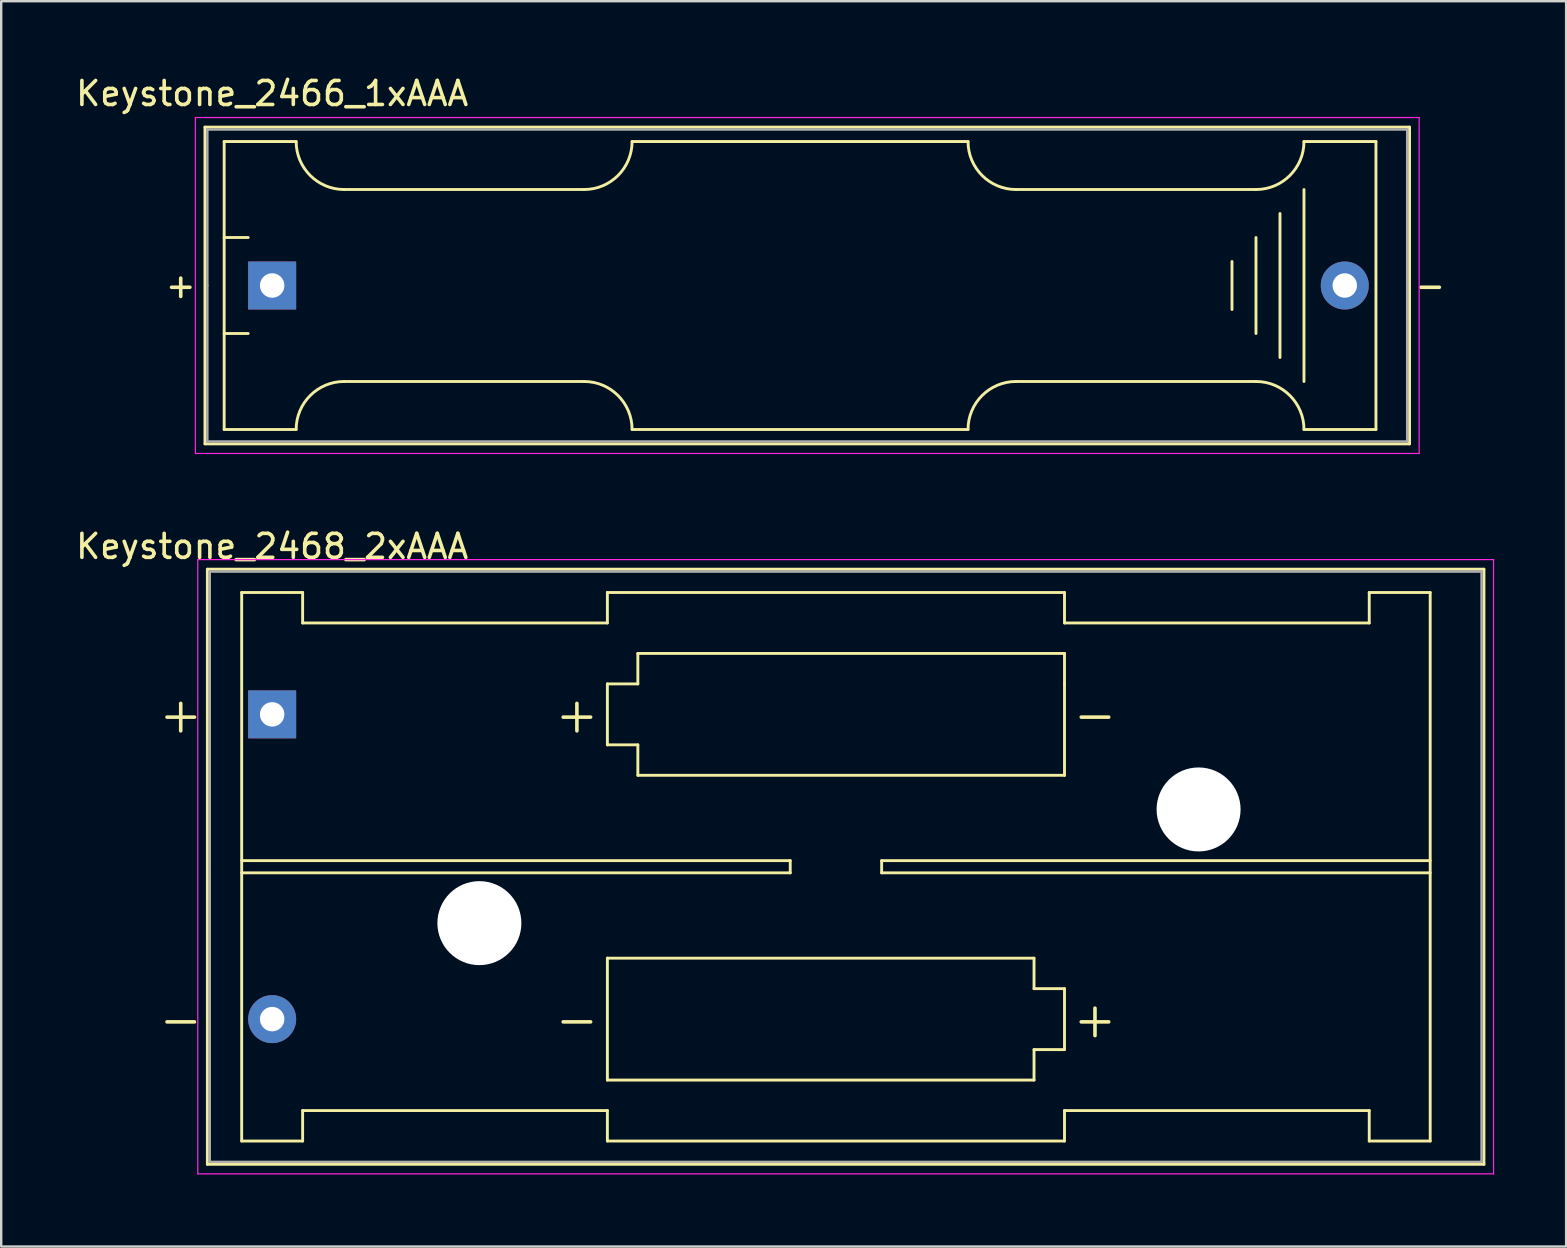
<source format=kicad_pcb>
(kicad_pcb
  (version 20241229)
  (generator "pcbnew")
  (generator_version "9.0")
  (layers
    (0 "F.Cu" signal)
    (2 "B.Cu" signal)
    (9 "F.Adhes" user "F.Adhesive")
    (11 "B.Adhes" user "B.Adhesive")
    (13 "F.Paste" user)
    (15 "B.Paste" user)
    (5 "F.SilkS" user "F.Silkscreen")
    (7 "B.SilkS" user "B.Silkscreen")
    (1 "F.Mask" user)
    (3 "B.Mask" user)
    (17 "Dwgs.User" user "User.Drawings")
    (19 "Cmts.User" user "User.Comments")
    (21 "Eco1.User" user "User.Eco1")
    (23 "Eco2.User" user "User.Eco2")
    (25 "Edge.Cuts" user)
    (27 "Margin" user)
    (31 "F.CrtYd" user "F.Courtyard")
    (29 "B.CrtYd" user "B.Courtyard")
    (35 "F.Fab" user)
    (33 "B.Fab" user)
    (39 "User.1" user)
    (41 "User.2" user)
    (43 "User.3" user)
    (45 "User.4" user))
  (footprint "Keystone_2468_2xAAA"
    (layer "F.Cu")
    (at 8.292 26.721)
    (property "Reference" "Keystone_2468_2xAAA" (at 0 -7 180) (layer "F.SilkS") (effects (font (size 1 1) (thickness 0.15))))
    (attr through_hole)
    (fp_line (start -2.7 -6.05) (end -2.7 18.75) (stroke (width 0.12) (type solid)) (layer "F.SilkS"))
    (fp_line (start -2.7 18.75) (end 50.5 18.75) (stroke (width 0.12) (type solid)) (layer "F.SilkS"))
    (fp_line (start -1.27 -5.08) (end -1.27 17.78) (stroke (width 0.12) (type solid)) (layer "F.SilkS"))
    (fp_line (start -1.27 6.096) (end 21.59 6.096) (stroke (width 0.12) (type solid)) (layer "F.SilkS"))
    (fp_line (start -1.27 17.78) (end 1.27 17.78) (stroke (width 0.12) (type solid)) (layer "F.SilkS"))
    (fp_line (start 1.27 -5.08) (end -1.27 -5.08) (stroke (width 0.12) (type solid)) (layer "F.SilkS"))
    (fp_line (start 1.27 -3.81) (end 1.27 -5.08) (stroke (width 0.12) (type solid)) (layer "F.SilkS"))
    (fp_line (start 1.27 -3.81) (end 13.97 -3.81) (stroke (width 0.12) (type solid)) (layer "F.SilkS"))
    (fp_line (start 1.27 16.51) (end 13.97 16.51) (stroke (width 0.12) (type solid)) (layer "F.SilkS"))
    (fp_line (start 1.27 17.78) (end 1.27 16.51) (stroke (width 0.12) (type solid)) (layer "F.SilkS"))
    (fp_line (start 13.97 -5.08) (end 13.97 -3.81) (stroke (width 0.12) (type solid)) (layer "F.SilkS"))
    (fp_line (start 13.97 -1.27) (end 15.24 -1.27) (stroke (width 0.12) (type solid)) (layer "F.SilkS"))
    (fp_line (start 13.97 1.27) (end 13.97 -1.27) (stroke (width 0.12) (type solid)) (layer "F.SilkS"))
    (fp_line (start 13.97 10.16) (end 31.75 10.16) (stroke (width 0.12) (type solid)) (layer "F.SilkS"))
    (fp_line (start 13.97 15.24) (end 13.97 10.16) (stroke (width 0.12) (type solid)) (layer "F.SilkS"))
    (fp_line (start 13.97 16.51) (end 13.97 17.78) (stroke (width 0.12) (type solid)) (layer "F.SilkS"))
    (fp_line (start 13.97 17.78) (end 33.02 17.78) (stroke (width 0.12) (type solid)) (layer "F.SilkS"))
    (fp_line (start 15.24 -2.54) (end 33.02 -2.54) (stroke (width 0.12) (type solid)) (layer "F.SilkS"))
    (fp_line (start 15.24 -1.27) (end 15.24 -2.54) (stroke (width 0.12) (type solid)) (layer "F.SilkS"))
    (fp_line (start 15.24 1.27) (end 13.97 1.27) (stroke (width 0.12) (type solid)) (layer "F.SilkS"))
    (fp_line (start 15.24 2.54) (end 15.24 1.27) (stroke (width 0.12) (type solid)) (layer "F.SilkS"))
    (fp_line (start 21.59 6.096) (end 21.59 6.604) (stroke (width 0.12) (type solid)) (layer "F.SilkS"))
    (fp_line (start 21.59 6.604) (end -1.27 6.604) (stroke (width 0.12) (type solid)) (layer "F.SilkS"))
    (fp_line (start 25.4 6.096) (end 25.4 6.604) (stroke (width 0.12) (type solid)) (layer "F.SilkS"))
    (fp_line (start 25.4 6.604) (end 48.26 6.604) (stroke (width 0.12) (type solid)) (layer "F.SilkS"))
    (fp_line (start 31.75 10.16) (end 31.75 11.43) (stroke (width 0.12) (type solid)) (layer "F.SilkS"))
    (fp_line (start 31.75 11.43) (end 33.02 11.43) (stroke (width 0.12) (type solid)) (layer "F.SilkS"))
    (fp_line (start 31.75 13.97) (end 31.75 15.24) (stroke (width 0.12) (type solid)) (layer "F.SilkS"))
    (fp_line (start 31.75 15.24) (end 13.97 15.24) (stroke (width 0.12) (type solid)) (layer "F.SilkS"))
    (fp_line (start 33.02 -5.08) (end 13.97 -5.08) (stroke (width 0.12) (type solid)) (layer "F.SilkS"))
    (fp_line (start 33.02 -3.81) (end 33.02 -5.08) (stroke (width 0.12) (type solid)) (layer "F.SilkS"))
    (fp_line (start 33.02 -2.54) (end 33.02 -1.27) (stroke (width 0.12) (type solid)) (layer "F.SilkS"))
    (fp_line (start 33.02 -1.27) (end 33.02 2.54) (stroke (width 0.12) (type solid)) (layer "F.SilkS"))
    (fp_line (start 33.02 2.54) (end 15.24 2.54) (stroke (width 0.12) (type solid)) (layer "F.SilkS"))
    (fp_line (start 33.02 11.43) (end 33.02 13.97) (stroke (width 0.12) (type solid)) (layer "F.SilkS"))
    (fp_line (start 33.02 13.97) (end 31.75 13.97) (stroke (width 0.12) (type solid)) (layer "F.SilkS"))
    (fp_line (start 33.02 17.78) (end 33.02 16.51) (stroke (width 0.12) (type solid)) (layer "F.SilkS"))
    (fp_line (start 45.72 -5.08) (end 45.72 -3.81) (stroke (width 0.12) (type solid)) (layer "F.SilkS"))
    (fp_line (start 45.72 -3.81) (end 33.02 -3.81) (stroke (width 0.12) (type solid)) (layer "F.SilkS"))
    (fp_line (start 45.72 16.51) (end 33.02 16.51) (stroke (width 0.12) (type solid)) (layer "F.SilkS"))
    (fp_line (start 45.72 17.78) (end 45.72 16.51) (stroke (width 0.12) (type solid)) (layer "F.SilkS"))
    (fp_line (start 48.26 -5.08) (end 45.72 -5.08) (stroke (width 0.12) (type solid)) (layer "F.SilkS"))
    (fp_line (start 48.26 -5.08) (end 48.26 17.78) (stroke (width 0.12) (type solid)) (layer "F.SilkS"))
    (fp_line (start 48.26 6.096) (end 25.4 6.096) (stroke (width 0.12) (type solid)) (layer "F.SilkS"))
    (fp_line (start 48.26 17.78) (end 45.72 17.78) (stroke (width 0.12) (type solid)) (layer "F.SilkS"))
    (fp_line (start 50.5 -6.05) (end -2.7 -6.05) (stroke (width 0.12) (type solid)) (layer "F.SilkS"))
    (fp_line (start 50.5 18.75) (end 50.5 -6.05) (stroke (width 0.12) (type solid)) (layer "F.SilkS"))
    (fp_line (start -3.1 -6.45) (end -3.1 19.15) (stroke (width 0.05) (type solid)) (layer "F.CrtYd"))
    (fp_line (start -3.1 19.15) (end 50.9 19.15) (stroke (width 0.05) (type solid)) (layer "F.CrtYd"))
    (fp_line (start 50.9 -6.45) (end -3.1 -6.45) (stroke (width 0.05) (type solid)) (layer "F.CrtYd"))
    (fp_line (start 50.9 19.15) (end 50.9 -6.45) (stroke (width 0.05) (type solid)) (layer "F.CrtYd"))
    (fp_line (start -2.6 -5.95) (end 50.4 -5.95) (stroke (width 0.1) (type solid)) (layer "F.Fab"))
    (fp_line (start -2.6 6.35) (end -2.6 -5.95) (stroke (width 0.1) (type solid)) (layer "F.Fab"))
    (fp_line (start -2.6 18.65) (end -2.6 6.35) (stroke (width 0.1) (type solid)) (layer "F.Fab"))
    (fp_line (start -2.6 18.65) (end 50.4 18.65) (stroke (width 0.1) (type solid)) (layer "F.Fab"))
    (fp_line (start 50.4 18.65) (end 50.4 -5.95) (stroke (width 0.1) (type solid)) (layer "F.Fab"))
    (fp_text user "-" (at -3.81 12.7 0) (layer "F.SilkS") (effects (font (size 1.5 1.5) (thickness 0.15))))
    (fp_text user "+" (at -3.81 0 0) (layer "F.SilkS") (effects (font (size 1.5 1.5) (thickness 0.15))))
    (fp_text user "-" (at 34.29 0 0) (layer "F.SilkS") (effects (font (size 1.5 1.5) (thickness 0.15))))
    (fp_text user "+" (at 12.7 0 0) (layer "F.SilkS") (effects (font (size 1.5 1.5) (thickness 0.15))))
    (fp_text user "-" (at 12.7 12.7 0) (layer "F.SilkS") (effects (font (size 1.5 1.5) (thickness 0.15))))
    (fp_text user "+" (at 34.29 12.7 0) (layer "F.SilkS") (effects (font (size 1.5 1.5) (thickness 0.15))))
    (pad "" np_thru_hole circle (at 8.636 8.7) (size 3.5 3.5) (drill 3.5) (layers "*.Cu" "*.Mask"))
    (pad "" np_thru_hole circle (at 38.608 3.962) (size 3.5 3.5) (drill 3.5) (layers "*.Cu" "*.Mask"))
    (pad "1" thru_hole rect (at 0 0) (size 2 2) (drill 1.02) (layers "*.Cu" "*.Mask"))
    (pad "2" thru_hole circle (at 0 12.7) (size 2 2) (drill 1.02) (layers "*.Cu" "*.Mask")))
  (footprint "Keystone_2466_1xAAA"
    (layer "F.Cu")
    (at 8.292 8.848)
    (property "Reference" "Keystone_2466_1xAAA" (at 0 -8 180) (layer "F.SilkS") (effects (font (size 1 1) (thickness 0.15))))
    (attr through_hole)
    (fp_line (start -2.8 -6.6) (end -2.8 6.6) (stroke (width 0.12) (type solid)) (layer "F.SilkS"))
    (fp_line (start -2.8 6.6) (end 47.4 6.6) (stroke (width 0.12) (type solid)) (layer "F.SilkS"))
    (fp_line (start -2 -6) (end -2 6) (stroke (width 0.12) (type solid)) (layer "F.SilkS"))
    (fp_line (start -2 -6) (end 1 -6) (stroke (width 0.12) (type solid)) (layer "F.SilkS"))
    (fp_line (start -2 -2) (end -1 -2) (stroke (width 0.12) (type solid)) (layer "F.SilkS"))
    (fp_line (start -2 6) (end 1 6) (stroke (width 0.12) (type solid)) (layer "F.SilkS"))
    (fp_line (start -1 2) (end -2 2) (stroke (width 0.12) (type solid)) (layer "F.SilkS"))
    (fp_line (start 3 -4) (end 13 -4) (stroke (width 0.12) (type solid)) (layer "F.SilkS"))
    (fp_line (start 3 4) (end 13 4) (stroke (width 0.12) (type solid)) (layer "F.SilkS"))
    (fp_line (start 15 6) (end 29 6) (stroke (width 0.12) (type solid)) (layer "F.SilkS"))
    (fp_line (start 29 -6) (end 15 -6) (stroke (width 0.12) (type solid)) (layer "F.SilkS"))
    (fp_line (start 40 -1) (end 40 1) (stroke (width 0.12) (type solid)) (layer "F.SilkS"))
    (fp_line (start 41 -4) (end 31 -4) (stroke (width 0.12) (type solid)) (layer "F.SilkS"))
    (fp_line (start 41 -2) (end 41 2) (stroke (width 0.12) (type solid)) (layer "F.SilkS"))
    (fp_line (start 41 4) (end 31 4) (stroke (width 0.12) (type solid)) (layer "F.SilkS"))
    (fp_line (start 42 3) (end 42 -3) (stroke (width 0.12) (type solid)) (layer "F.SilkS"))
    (fp_line (start 43 -4) (end 43 4) (stroke (width 0.12) (type solid)) (layer "F.SilkS"))
    (fp_line (start 46 -6) (end 43 -6) (stroke (width 0.12) (type solid)) (layer "F.SilkS"))
    (fp_line (start 46 -6) (end 46 6) (stroke (width 0.12) (type solid)) (layer "F.SilkS"))
    (fp_line (start 46 6) (end 43 6) (stroke (width 0.12) (type solid)) (layer "F.SilkS"))
    (fp_line (start 47.4 -6.6) (end -2.8 -6.6) (stroke (width 0.12) (type solid)) (layer "F.SilkS"))
    (fp_line (start 47.4 6.6) (end 47.4 -6.6) (stroke (width 0.12) (type solid)) (layer "F.SilkS"))
    (fp_arc (start 1 6) (mid 1.585786 4.585786) (end 3 4) (stroke (width 0.12) (type solid)) (layer "F.SilkS"))
    (fp_arc (start 3 -4) (mid 1.585786 -4.585786) (end 1 -6) (stroke (width 0.12) (type solid)) (layer "F.SilkS"))
    (fp_arc (start 13 4) (mid 14.414214 4.585786) (end 15 6) (stroke (width 0.12) (type solid)) (layer "F.SilkS"))
    (fp_arc (start 15 -6) (mid 14.414214 -4.585786) (end 13 -4) (stroke (width 0.12) (type solid)) (layer "F.SilkS"))
    (fp_arc (start 29 6) (mid 29.585786 4.585786) (end 31 4) (stroke (width 0.12) (type solid)) (layer "F.SilkS"))
    (fp_arc (start 31 -4) (mid 29.585786 -4.585786) (end 29 -6) (stroke (width 0.12) (type solid)) (layer "F.SilkS"))
    (fp_arc (start 41 4) (mid 42.414214 4.585786) (end 43 6) (stroke (width 0.12) (type solid)) (layer "F.SilkS"))
    (fp_arc (start 43 -6) (mid 42.414214 -4.585786) (end 41 -4) (stroke (width 0.12) (type solid)) (layer "F.SilkS"))
    (fp_line (start -3.2 -7) (end -3.2 7) (stroke (width 0.05) (type solid)) (layer "F.CrtYd"))
    (fp_line (start -3.2 7) (end 47.8 7) (stroke (width 0.05) (type solid)) (layer "F.CrtYd"))
    (fp_line (start 47.8 -7) (end -3.2 -7) (stroke (width 0.05) (type solid)) (layer "F.CrtYd"))
    (fp_line (start 47.8 7) (end 47.8 -7) (stroke (width 0.05) (type solid)) (layer "F.CrtYd"))
    (fp_line (start -2.7 -6.5) (end 47.3 -6.5) (stroke (width 0.1) (type solid)) (layer "F.Fab"))
    (fp_line (start -2.7 0) (end -2.7 -6.5) (stroke (width 0.1) (type solid)) (layer "F.Fab"))
    (fp_line (start -2.7 6.5) (end -2.7 0) (stroke (width 0.1) (type solid)) (layer "F.Fab"))
    (fp_line (start 47.3 -6.5) (end 47.3 6.5) (stroke (width 0.1) (type solid)) (layer "F.Fab"))
    (fp_line (start 47.3 6.5) (end -2.7 6.5) (stroke (width 0.1) (type solid)) (layer "F.Fab"))
    (fp_text user "+" (at -3.81 0 0) (layer "F.SilkS") (effects (font (size 1 1) (thickness 0.15))))
    (fp_text user "-" (at 48.26 0 0) (layer "F.SilkS") (effects (font (size 1 1) (thickness 0.15))))
    (pad "1" thru_hole rect (at 0 0) (size 2 2) (drill 1.02) (layers "*.Cu" "*.Mask"))
    (pad "2" thru_hole circle (at 44.7 0) (size 2 2) (drill 1.02) (layers "*.Cu" "*.Mask")))
  (gr_rect
    (start -3 -3)
    (end 62.217 48.897)
    (stroke (width 0.1) (type default))
    (fill no)
    (layer "Edge.Cuts")))
</source>
